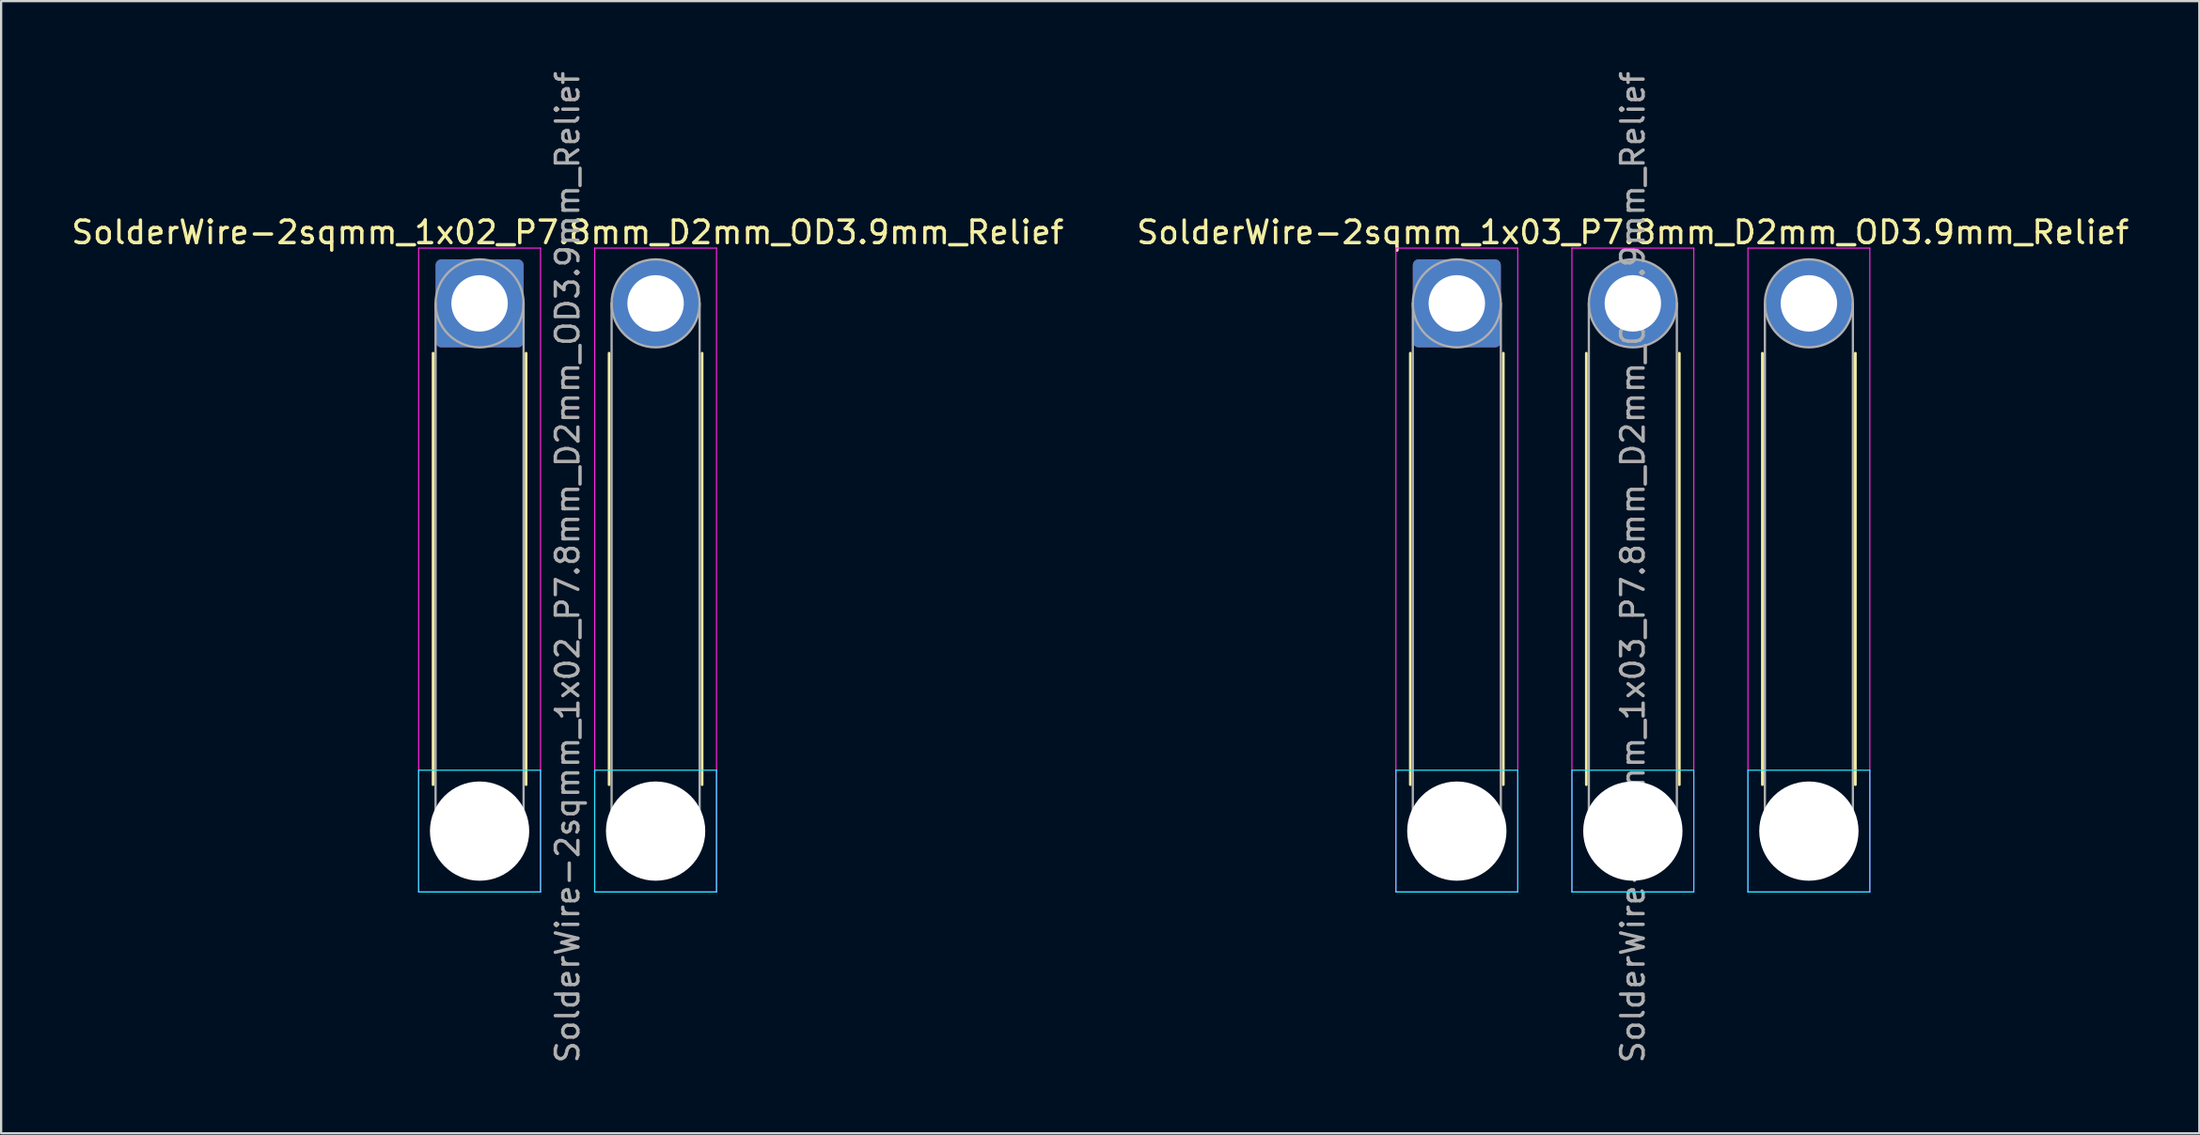
<source format=kicad_pcb>
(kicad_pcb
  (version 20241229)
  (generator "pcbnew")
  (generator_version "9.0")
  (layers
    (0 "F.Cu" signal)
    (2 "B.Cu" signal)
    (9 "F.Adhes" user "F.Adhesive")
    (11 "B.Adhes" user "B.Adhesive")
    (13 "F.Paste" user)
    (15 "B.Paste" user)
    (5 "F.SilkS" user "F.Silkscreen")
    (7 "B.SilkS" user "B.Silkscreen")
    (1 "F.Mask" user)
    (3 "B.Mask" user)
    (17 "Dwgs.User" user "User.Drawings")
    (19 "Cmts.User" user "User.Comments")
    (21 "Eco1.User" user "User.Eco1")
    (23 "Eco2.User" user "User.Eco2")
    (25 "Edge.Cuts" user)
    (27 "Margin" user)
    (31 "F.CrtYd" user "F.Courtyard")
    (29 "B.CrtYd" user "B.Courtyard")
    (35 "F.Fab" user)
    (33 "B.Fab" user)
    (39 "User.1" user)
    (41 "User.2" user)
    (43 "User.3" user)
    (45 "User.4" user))
  (footprint "SolderWire-2sqmm_1x02_P7.8mm_D2mm_OD3.9mm_Relief"
    (layer "F.Cu")
    (at 18.201 10.401)
    (property "Reference" "SolderWire-2sqmm_1x02_P7.8mm_D2mm_OD3.9mm_Relief" (at 3.9 -3.15 0) (layer "F.SilkS") (effects (font (size 1 1) (thickness 0.15))))
    (attr exclude_from_pos_files exclude_from_bom)
    (fp_line (start -2.06 2.21) (end -2.06 21.34) (stroke (width 0.12) (type solid)) (layer "F.SilkS"))
    (fp_line (start 2.06 2.21) (end 2.06 21.34) (stroke (width 0.12) (type solid)) (layer "F.SilkS"))
    (fp_line (start 5.74 2.21) (end 5.74 21.34) (stroke (width 0.12) (type solid)) (layer "F.SilkS"))
    (fp_line (start 9.86 2.21) (end 9.86 21.34) (stroke (width 0.12) (type solid)) (layer "F.SilkS"))
    (fp_line (start -2.7 20.7) (end -2.7 26.1) (stroke (width 0.05) (type solid)) (layer "B.CrtYd"))
    (fp_line (start -2.7 26.1) (end 2.7 26.1) (stroke (width 0.05) (type solid)) (layer "B.CrtYd"))
    (fp_line (start 2.7 20.7) (end -2.7 20.7) (stroke (width 0.05) (type solid)) (layer "B.CrtYd"))
    (fp_line (start 2.7 26.1) (end 2.7 20.7) (stroke (width 0.05) (type solid)) (layer "B.CrtYd"))
    (fp_line (start 5.1 20.7) (end 5.1 26.1) (stroke (width 0.05) (type solid)) (layer "B.CrtYd"))
    (fp_line (start 5.1 26.1) (end 10.5 26.1) (stroke (width 0.05) (type solid)) (layer "B.CrtYd"))
    (fp_line (start 10.5 20.7) (end 5.1 20.7) (stroke (width 0.05) (type solid)) (layer "B.CrtYd"))
    (fp_line (start 10.5 26.1) (end 10.5 20.7) (stroke (width 0.05) (type solid)) (layer "B.CrtYd"))
    (fp_line (start -2.7 -2.45) (end -2.7 26.1) (stroke (width 0.05) (type solid)) (layer "F.CrtYd"))
    (fp_line (start -2.7 26.1) (end 2.7 26.1) (stroke (width 0.05) (type solid)) (layer "F.CrtYd"))
    (fp_line (start 2.7 -2.45) (end -2.7 -2.45) (stroke (width 0.05) (type solid)) (layer "F.CrtYd"))
    (fp_line (start 2.7 26.1) (end 2.7 -2.45) (stroke (width 0.05) (type solid)) (layer "F.CrtYd"))
    (fp_line (start 5.1 -2.45) (end 5.1 26.1) (stroke (width 0.05) (type solid)) (layer "F.CrtYd"))
    (fp_line (start 5.1 26.1) (end 10.5 26.1) (stroke (width 0.05) (type solid)) (layer "F.CrtYd"))
    (fp_line (start 10.5 -2.45) (end 5.1 -2.45) (stroke (width 0.05) (type solid)) (layer "F.CrtYd"))
    (fp_line (start 10.5 26.1) (end 10.5 -2.45) (stroke (width 0.05) (type solid)) (layer "F.CrtYd"))
    (fp_line (start -1.95 0) (end -1.95 23.4) (stroke (width 0.1) (type solid)) (layer "F.Fab"))
    (fp_line (start 1.95 0) (end 1.95 23.4) (stroke (width 0.1) (type solid)) (layer "F.Fab"))
    (fp_line (start 5.85 0) (end 5.85 23.4) (stroke (width 0.1) (type solid)) (layer "F.Fab"))
    (fp_line (start 9.75 0) (end 9.75 23.4) (stroke (width 0.1) (type solid)) (layer "F.Fab"))
    (fp_circle (center 0 0) (end 1.95 0) (stroke (width 0.1) (type solid)) (fill no) (layer "F.Fab"))
    (fp_circle (center 0 23.4) (end 1.95 23.4) (stroke (width 0.1) (type solid)) (fill no) (layer "F.Fab"))
    (fp_circle (center 7.8 0) (end 9.75 0) (stroke (width 0.1) (type solid)) (fill no) (layer "F.Fab"))
    (fp_circle (center 7.8 23.4) (end 9.75 23.4) (stroke (width 0.1) (type solid)) (fill no) (layer "F.Fab"))
    (fp_text user "${REFERENCE}" (at 3.9 11.7 90) (layer "F.Fab") (effects (font (size 1 1) (thickness 0.15))))
    (pad "" np_thru_hole circle (at 0 23.4) (size 4.4 4.4) (drill 4.4) (layers "*.Cu" "*.Mask"))
    (pad "" np_thru_hole circle (at 7.8 23.4) (size 4.4 4.4) (drill 4.4) (layers "*.Cu" "*.Mask"))
    (pad "1" thru_hole roundrect (at 0 0) (size 3.9 3.9) (drill 2.5) (layers "*.Cu" "*.Mask") (roundrect_rratio 0.064))
    (pad "2" thru_hole circle (at 7.8 0) (size 3.9 3.9) (drill 2.5) (layers "*.Cu" "*.Mask")))
  (footprint "SolderWire-2sqmm_1x03_P7.8mm_D2mm_OD3.9mm_Relief"
    (layer "F.Cu")
    (at 61.504 10.401)
    (property "Reference" "SolderWire-2sqmm_1x03_P7.8mm_D2mm_OD3.9mm_Relief" (at 7.8 -3.15 0) (layer "F.SilkS") (effects (font (size 1 1) (thickness 0.15))))
    (attr exclude_from_pos_files exclude_from_bom)
    (fp_line (start -2.06 2.21) (end -2.06 21.34) (stroke (width 0.12) (type solid)) (layer "F.SilkS"))
    (fp_line (start 2.06 2.21) (end 2.06 21.34) (stroke (width 0.12) (type solid)) (layer "F.SilkS"))
    (fp_line (start 5.74 2.21) (end 5.74 21.34) (stroke (width 0.12) (type solid)) (layer "F.SilkS"))
    (fp_line (start 9.86 2.21) (end 9.86 21.34) (stroke (width 0.12) (type solid)) (layer "F.SilkS"))
    (fp_line (start 13.54 2.21) (end 13.54 21.34) (stroke (width 0.12) (type solid)) (layer "F.SilkS"))
    (fp_line (start 17.66 2.21) (end 17.66 21.34) (stroke (width 0.12) (type solid)) (layer "F.SilkS"))
    (fp_line (start -2.7 20.7) (end -2.7 26.1) (stroke (width 0.05) (type solid)) (layer "B.CrtYd"))
    (fp_line (start -2.7 26.1) (end 2.7 26.1) (stroke (width 0.05) (type solid)) (layer "B.CrtYd"))
    (fp_line (start 2.7 20.7) (end -2.7 20.7) (stroke (width 0.05) (type solid)) (layer "B.CrtYd"))
    (fp_line (start 2.7 26.1) (end 2.7 20.7) (stroke (width 0.05) (type solid)) (layer "B.CrtYd"))
    (fp_line (start 5.1 20.7) (end 5.1 26.1) (stroke (width 0.05) (type solid)) (layer "B.CrtYd"))
    (fp_line (start 5.1 26.1) (end 10.5 26.1) (stroke (width 0.05) (type solid)) (layer "B.CrtYd"))
    (fp_line (start 10.5 20.7) (end 5.1 20.7) (stroke (width 0.05) (type solid)) (layer "B.CrtYd"))
    (fp_line (start 10.5 26.1) (end 10.5 20.7) (stroke (width 0.05) (type solid)) (layer "B.CrtYd"))
    (fp_line (start 12.9 20.7) (end 12.9 26.1) (stroke (width 0.05) (type solid)) (layer "B.CrtYd"))
    (fp_line (start 12.9 26.1) (end 18.3 26.1) (stroke (width 0.05) (type solid)) (layer "B.CrtYd"))
    (fp_line (start 18.3 20.7) (end 12.9 20.7) (stroke (width 0.05) (type solid)) (layer "B.CrtYd"))
    (fp_line (start 18.3 26.1) (end 18.3 20.7) (stroke (width 0.05) (type solid)) (layer "B.CrtYd"))
    (fp_line (start -2.7 -2.45) (end -2.7 26.1) (stroke (width 0.05) (type solid)) (layer "F.CrtYd"))
    (fp_line (start -2.7 26.1) (end 2.7 26.1) (stroke (width 0.05) (type solid)) (layer "F.CrtYd"))
    (fp_line (start 2.7 -2.45) (end -2.7 -2.45) (stroke (width 0.05) (type solid)) (layer "F.CrtYd"))
    (fp_line (start 2.7 26.1) (end 2.7 -2.45) (stroke (width 0.05) (type solid)) (layer "F.CrtYd"))
    (fp_line (start 5.1 -2.45) (end 5.1 26.1) (stroke (width 0.05) (type solid)) (layer "F.CrtYd"))
    (fp_line (start 5.1 26.1) (end 10.5 26.1) (stroke (width 0.05) (type solid)) (layer "F.CrtYd"))
    (fp_line (start 10.5 -2.45) (end 5.1 -2.45) (stroke (width 0.05) (type solid)) (layer "F.CrtYd"))
    (fp_line (start 10.5 26.1) (end 10.5 -2.45) (stroke (width 0.05) (type solid)) (layer "F.CrtYd"))
    (fp_line (start 12.9 -2.45) (end 12.9 26.1) (stroke (width 0.05) (type solid)) (layer "F.CrtYd"))
    (fp_line (start 12.9 26.1) (end 18.3 26.1) (stroke (width 0.05) (type solid)) (layer "F.CrtYd"))
    (fp_line (start 18.3 -2.45) (end 12.9 -2.45) (stroke (width 0.05) (type solid)) (layer "F.CrtYd"))
    (fp_line (start 18.3 26.1) (end 18.3 -2.45) (stroke (width 0.05) (type solid)) (layer "F.CrtYd"))
    (fp_line (start -1.95 0) (end -1.95 23.4) (stroke (width 0.1) (type solid)) (layer "F.Fab"))
    (fp_line (start 1.95 0) (end 1.95 23.4) (stroke (width 0.1) (type solid)) (layer "F.Fab"))
    (fp_line (start 5.85 0) (end 5.85 23.4) (stroke (width 0.1) (type solid)) (layer "F.Fab"))
    (fp_line (start 9.75 0) (end 9.75 23.4) (stroke (width 0.1) (type solid)) (layer "F.Fab"))
    (fp_line (start 13.65 0) (end 13.65 23.4) (stroke (width 0.1) (type solid)) (layer "F.Fab"))
    (fp_line (start 17.55 0) (end 17.55 23.4) (stroke (width 0.1) (type solid)) (layer "F.Fab"))
    (fp_circle (center 0 0) (end 1.95 0) (stroke (width 0.1) (type solid)) (fill no) (layer "F.Fab"))
    (fp_circle (center 0 23.4) (end 1.95 23.4) (stroke (width 0.1) (type solid)) (fill no) (layer "F.Fab"))
    (fp_circle (center 7.8 0) (end 9.75 0) (stroke (width 0.1) (type solid)) (fill no) (layer "F.Fab"))
    (fp_circle (center 7.8 23.4) (end 9.75 23.4) (stroke (width 0.1) (type solid)) (fill no) (layer "F.Fab"))
    (fp_circle (center 15.6 0) (end 17.55 0) (stroke (width 0.1) (type solid)) (fill no) (layer "F.Fab"))
    (fp_circle (center 15.6 23.4) (end 17.55 23.4) (stroke (width 0.1) (type solid)) (fill no) (layer "F.Fab"))
    (fp_text user "${REFERENCE}" (at 7.8 11.7 90) (layer "F.Fab") (effects (font (size 1 1) (thickness 0.15))))
    (pad "" np_thru_hole circle (at 0 23.4) (size 4.4 4.4) (drill 4.4) (layers "*.Cu" "*.Mask"))
    (pad "" np_thru_hole circle (at 7.8 23.4) (size 4.4 4.4) (drill 4.4) (layers "*.Cu" "*.Mask"))
    (pad "" np_thru_hole circle (at 15.6 23.4) (size 4.4 4.4) (drill 4.4) (layers "*.Cu" "*.Mask"))
    (pad "1" thru_hole roundrect (at 0 0) (size 3.9 3.9) (drill 2.5) (layers "*.Cu" "*.Mask") (roundrect_rratio 0.064))
    (pad "2" thru_hole circle (at 7.8 0) (size 3.9 3.9) (drill 2.5) (layers "*.Cu" "*.Mask"))
    (pad "3" thru_hole circle (at 15.6 0) (size 3.9 3.9) (drill 2.5) (layers "*.Cu" "*.Mask")))
  (gr_rect
    (start -3 -3)
    (end 94.405 47.202)
    (stroke (width 0.1) (type default))
    (fill no)
    (layer "Edge.Cuts")))
</source>
